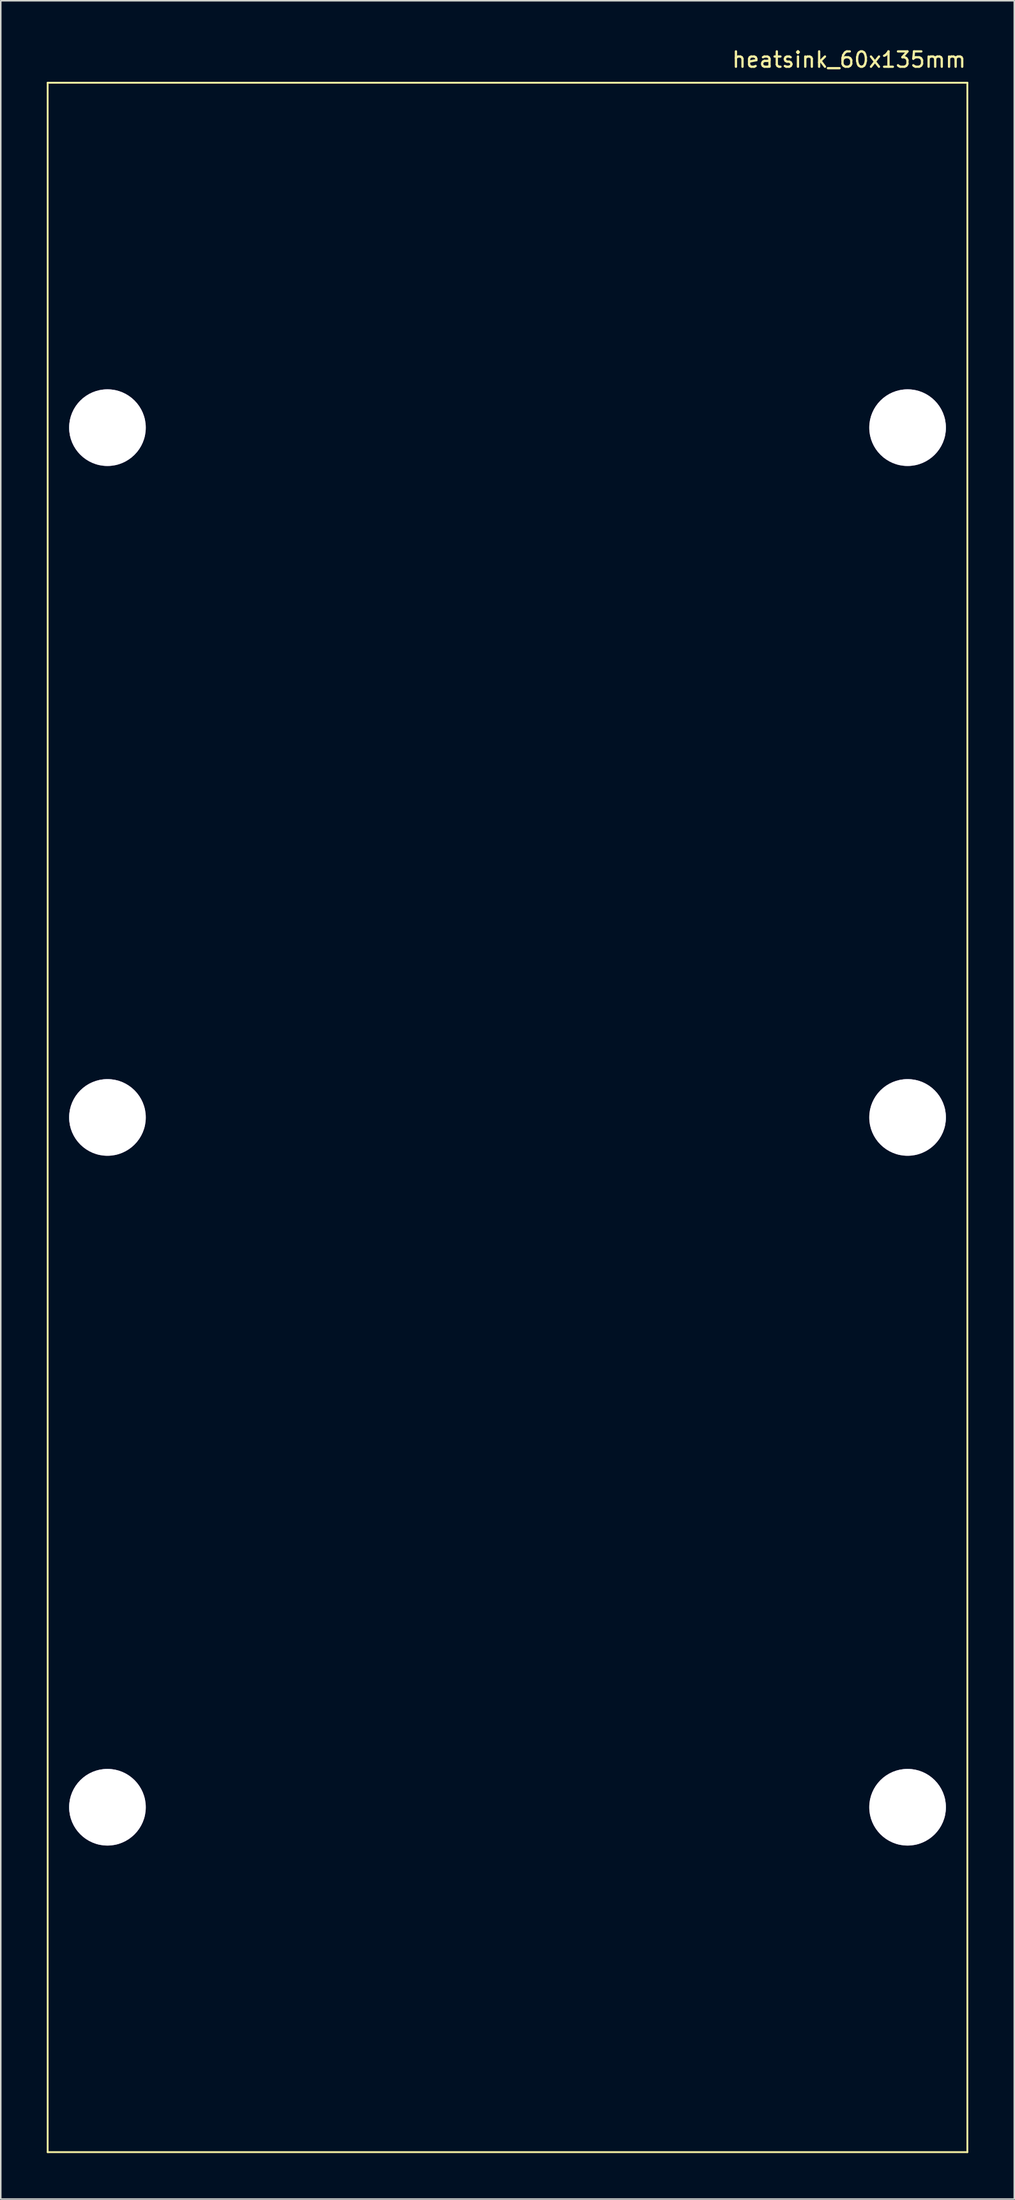
<source format=kicad_pcb>
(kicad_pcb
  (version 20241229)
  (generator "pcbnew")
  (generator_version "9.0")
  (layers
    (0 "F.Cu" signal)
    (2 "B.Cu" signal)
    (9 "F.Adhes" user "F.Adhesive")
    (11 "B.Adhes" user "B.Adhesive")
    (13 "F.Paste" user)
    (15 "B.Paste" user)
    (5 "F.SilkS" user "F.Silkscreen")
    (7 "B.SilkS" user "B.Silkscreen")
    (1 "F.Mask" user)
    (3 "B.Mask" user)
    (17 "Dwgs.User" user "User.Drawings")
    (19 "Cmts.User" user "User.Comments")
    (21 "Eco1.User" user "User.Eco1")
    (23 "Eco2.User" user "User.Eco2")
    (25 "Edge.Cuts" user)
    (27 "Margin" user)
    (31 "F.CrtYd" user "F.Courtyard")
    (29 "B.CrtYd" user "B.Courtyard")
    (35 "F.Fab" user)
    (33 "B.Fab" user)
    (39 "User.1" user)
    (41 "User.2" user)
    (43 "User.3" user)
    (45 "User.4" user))
  (footprint "heatsink_60x135mm"
    (layer "F.Cu")
    (at 30.06 69.848)
    (property "Reference" "heatsink_60x135mm" (at 30 -69 0) (layer "F.SilkS") (effects (font (size 1 1) (thickness 0.15)) (justify right)))
    (attr through_hole)
    (fp_line (start -30 -67.5) (end -30 67.5) (stroke (width 0.12) (type solid)) (layer "F.SilkS"))
    (fp_line (start -30 67.5) (end 30 67.5) (stroke (width 0.12) (type solid)) (layer "F.SilkS"))
    (fp_line (start 30 -67.5) (end -30 -67.5) (stroke (width 0.12) (type solid)) (layer "F.SilkS"))
    (fp_line (start 30 67.5) (end 30 -67.5) (stroke (width 0.12) (type solid)) (layer "F.SilkS"))
    (pad "" thru_hole circle (at -26.1 -45) (size 5 5) (drill 5) (layers "*.Cu"))
    (pad "" thru_hole circle (at -26.1 0) (size 5 5) (drill 5) (layers "*.Cu"))
    (pad "" thru_hole circle (at -26.1 45) (size 5 5) (drill 5) (layers "*.Cu"))
    (pad "" thru_hole circle (at 26.1 -45) (size 5 5) (drill 5) (layers "*.Cu"))
    (pad "" thru_hole circle (at 26.1 0) (size 5 5) (drill 5) (layers "*.Cu"))
    (pad "" thru_hole circle (at 26.1 45) (size 5 5) (drill 5) (layers "*.Cu")))
  (gr_rect
    (start -3 -3)
    (end 63.12 140.408)
    (stroke (width 0.1) (type default))
    (fill no)
    (layer "Edge.Cuts")))
</source>
